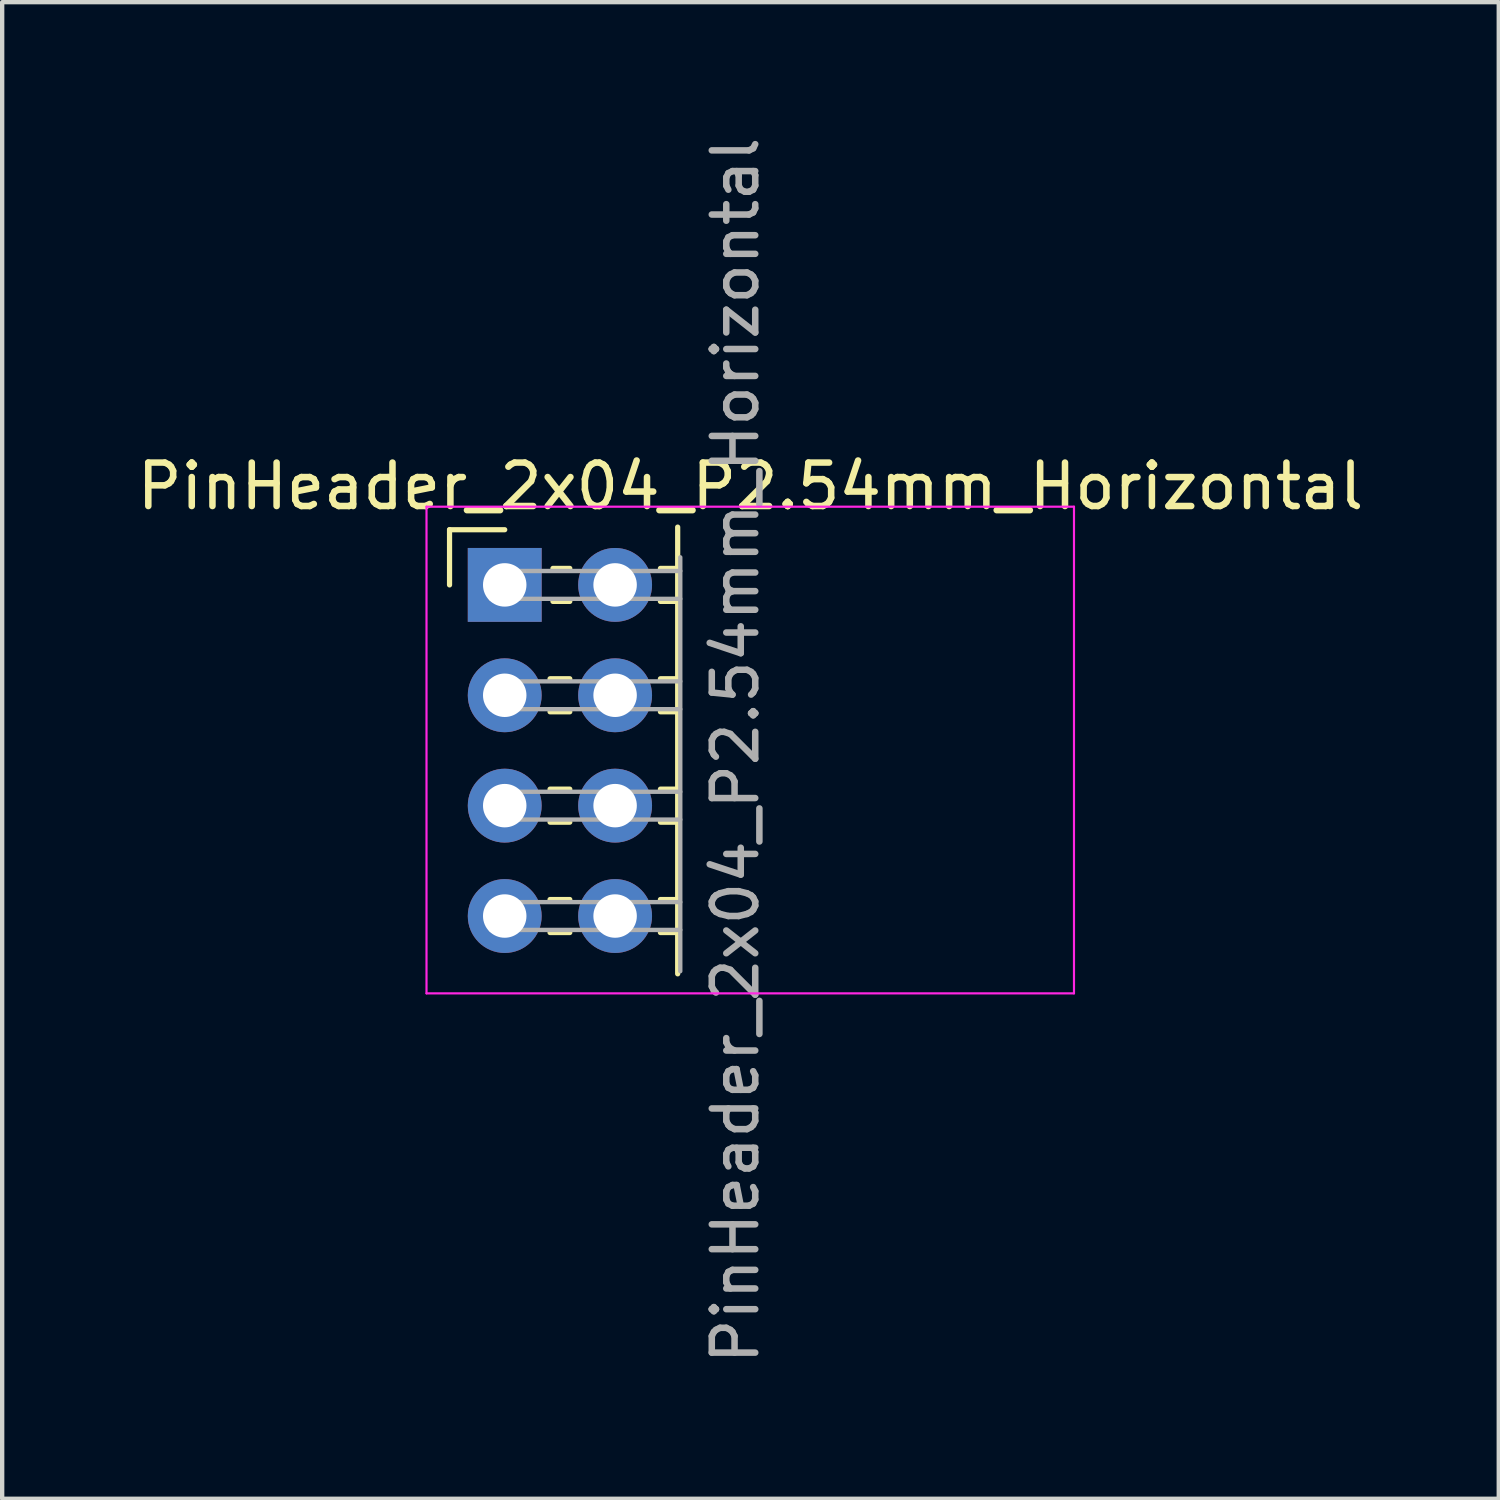
<source format=kicad_pcb>
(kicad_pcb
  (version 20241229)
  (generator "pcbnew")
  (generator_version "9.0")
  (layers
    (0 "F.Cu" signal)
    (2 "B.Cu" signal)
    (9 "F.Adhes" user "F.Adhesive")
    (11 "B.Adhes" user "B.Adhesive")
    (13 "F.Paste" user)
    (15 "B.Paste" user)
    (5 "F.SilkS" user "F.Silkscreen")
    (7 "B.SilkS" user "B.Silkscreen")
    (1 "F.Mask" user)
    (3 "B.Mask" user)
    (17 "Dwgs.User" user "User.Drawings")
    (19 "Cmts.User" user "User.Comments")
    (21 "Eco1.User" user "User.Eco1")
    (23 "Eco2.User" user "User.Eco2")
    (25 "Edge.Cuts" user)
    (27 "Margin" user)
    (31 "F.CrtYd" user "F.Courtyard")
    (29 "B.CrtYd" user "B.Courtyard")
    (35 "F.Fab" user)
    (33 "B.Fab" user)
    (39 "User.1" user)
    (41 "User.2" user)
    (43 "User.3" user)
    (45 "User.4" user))
  (footprint "PinHeader_2x04_P2.54mm_Horizontal"
    (layer "F.Cu")
    (at 8.565 10.41)
    (property "Reference" "PinHeader_2x04_P2.54mm_Horizontal" (at 5.655 -2.27 0) (layer "F.SilkS") (effects (font (size 1 1) (thickness 0.15))))
    (attr through_hole)
    (fp_line (start -1.27 -1.27) (end 0 -1.27) (stroke (width 0.12) (type solid)) (layer "F.SilkS"))
    (fp_line (start -1.27 0) (end -1.27 -1.27) (stroke (width 0.12) (type solid)) (layer "F.SilkS"))
    (fp_line (start 1.043 2.16) (end 1.497 2.16) (stroke (width 0.12) (type solid)) (layer "F.SilkS"))
    (fp_line (start 1.043 2.92) (end 1.497 2.92) (stroke (width 0.12) (type solid)) (layer "F.SilkS"))
    (fp_line (start 1.043 4.7) (end 1.497 4.7) (stroke (width 0.12) (type solid)) (layer "F.SilkS"))
    (fp_line (start 1.043 5.46) (end 1.497 5.46) (stroke (width 0.12) (type solid)) (layer "F.SilkS"))
    (fp_line (start 1.043 7.24) (end 1.497 7.24) (stroke (width 0.12) (type solid)) (layer "F.SilkS"))
    (fp_line (start 1.043 8) (end 1.497 8) (stroke (width 0.12) (type solid)) (layer "F.SilkS"))
    (fp_line (start 1.11 -0.38) (end 1.497 -0.38) (stroke (width 0.12) (type solid)) (layer "F.SilkS"))
    (fp_line (start 1.11 0.38) (end 1.497 0.38) (stroke (width 0.12) (type solid)) (layer "F.SilkS"))
    (fp_line (start 3.583 -0.38) (end 3.98 -0.38) (stroke (width 0.12) (type solid)) (layer "F.SilkS"))
    (fp_line (start 3.583 0.38) (end 3.98 0.38) (stroke (width 0.12) (type solid)) (layer "F.SilkS"))
    (fp_line (start 3.583 2.16) (end 3.98 2.16) (stroke (width 0.12) (type solid)) (layer "F.SilkS"))
    (fp_line (start 3.583 2.92) (end 3.98 2.92) (stroke (width 0.12) (type solid)) (layer "F.SilkS"))
    (fp_line (start 3.583 4.7) (end 3.98 4.7) (stroke (width 0.12) (type solid)) (layer "F.SilkS"))
    (fp_line (start 3.583 5.46) (end 3.98 5.46) (stroke (width 0.12) (type solid)) (layer "F.SilkS"))
    (fp_line (start 3.583 7.24) (end 3.98 7.24) (stroke (width 0.12) (type solid)) (layer "F.SilkS"))
    (fp_line (start 3.583 8) (end 3.98 8) (stroke (width 0.12) (type solid)) (layer "F.SilkS"))
    (fp_line (start 3.98 -1.33) (end 3.98 8.95) (stroke (width 0.12) (type solid)) (layer "F.SilkS"))
    (fp_line (start -1.8 -1.8) (end -1.8 9.4) (stroke (width 0.05) (type solid)) (layer "F.CrtYd"))
    (fp_line (start -1.8 9.4) (end 13.1 9.4) (stroke (width 0.05) (type solid)) (layer "F.CrtYd"))
    (fp_line (start 13.1 -1.8) (end -1.8 -1.8) (stroke (width 0.05) (type solid)) (layer "F.CrtYd"))
    (fp_line (start 13.1 9.4) (end 13.1 -1.8) (stroke (width 0.05) (type solid)) (layer "F.CrtYd"))
    (fp_line (start -0.32 -0.32) (end -0.32 0.32) (stroke (width 0.1) (type solid)) (layer "F.Fab"))
    (fp_line (start -0.32 -0.32) (end 4.04 -0.32) (stroke (width 0.1) (type solid)) (layer "F.Fab"))
    (fp_line (start -0.32 0.32) (end 4.04 0.32) (stroke (width 0.1) (type solid)) (layer "F.Fab"))
    (fp_line (start -0.32 2.22) (end -0.32 2.86) (stroke (width 0.1) (type solid)) (layer "F.Fab"))
    (fp_line (start -0.32 2.22) (end 4.04 2.22) (stroke (width 0.1) (type solid)) (layer "F.Fab"))
    (fp_line (start -0.32 2.86) (end 4.04 2.86) (stroke (width 0.1) (type solid)) (layer "F.Fab"))
    (fp_line (start -0.32 4.76) (end -0.32 5.4) (stroke (width 0.1) (type solid)) (layer "F.Fab"))
    (fp_line (start -0.32 4.76) (end 4.04 4.76) (stroke (width 0.1) (type solid)) (layer "F.Fab"))
    (fp_line (start -0.32 5.4) (end 4.04 5.4) (stroke (width 0.1) (type solid)) (layer "F.Fab"))
    (fp_line (start -0.32 7.3) (end -0.32 7.94) (stroke (width 0.1) (type solid)) (layer "F.Fab"))
    (fp_line (start -0.32 7.3) (end 4.04 7.3) (stroke (width 0.1) (type solid)) (layer "F.Fab"))
    (fp_line (start -0.32 7.94) (end 4.04 7.94) (stroke (width 0.1) (type solid)) (layer "F.Fab"))
    (fp_line (start 4.04 8.89) (end 4.04 -0.635) (stroke (width 0.1) (type solid)) (layer "F.Fab"))
    (fp_text user "${REFERENCE}" (at 5.31 3.81 90) (layer "F.Fab") (effects (font (size 1 1) (thickness 0.15))))
    (pad "1" thru_hole rect (at 0 0) (size 1.7 1.7) (drill 1) (layers "*.Cu" "*.Mask"))
    (pad "2" thru_hole oval (at 2.54 0) (size 1.7 1.7) (drill 1) (layers "*.Cu" "*.Mask"))
    (pad "3" thru_hole oval (at 0 2.54) (size 1.7 1.7) (drill 1) (layers "*.Cu" "*.Mask"))
    (pad "4" thru_hole oval (at 2.54 2.54) (size 1.7 1.7) (drill 1) (layers "*.Cu" "*.Mask"))
    (pad "5" thru_hole oval (at 0 5.08) (size 1.7 1.7) (drill 1) (layers "*.Cu" "*.Mask"))
    (pad "6" thru_hole oval (at 2.54 5.08) (size 1.7 1.7) (drill 1) (layers "*.Cu" "*.Mask"))
    (pad "7" thru_hole oval (at 0 7.62) (size 1.7 1.7) (drill 1) (layers "*.Cu" "*.Mask"))
    (pad "8" thru_hole oval (at 2.54 7.62) (size 1.7 1.7) (drill 1) (layers "*.Cu" "*.Mask")))
  (gr_rect
    (start -3 -3)
    (end 31.44 31.44)
    (stroke (width 0.1) (type default))
    (fill no)
    (layer "Edge.Cuts")))
</source>
